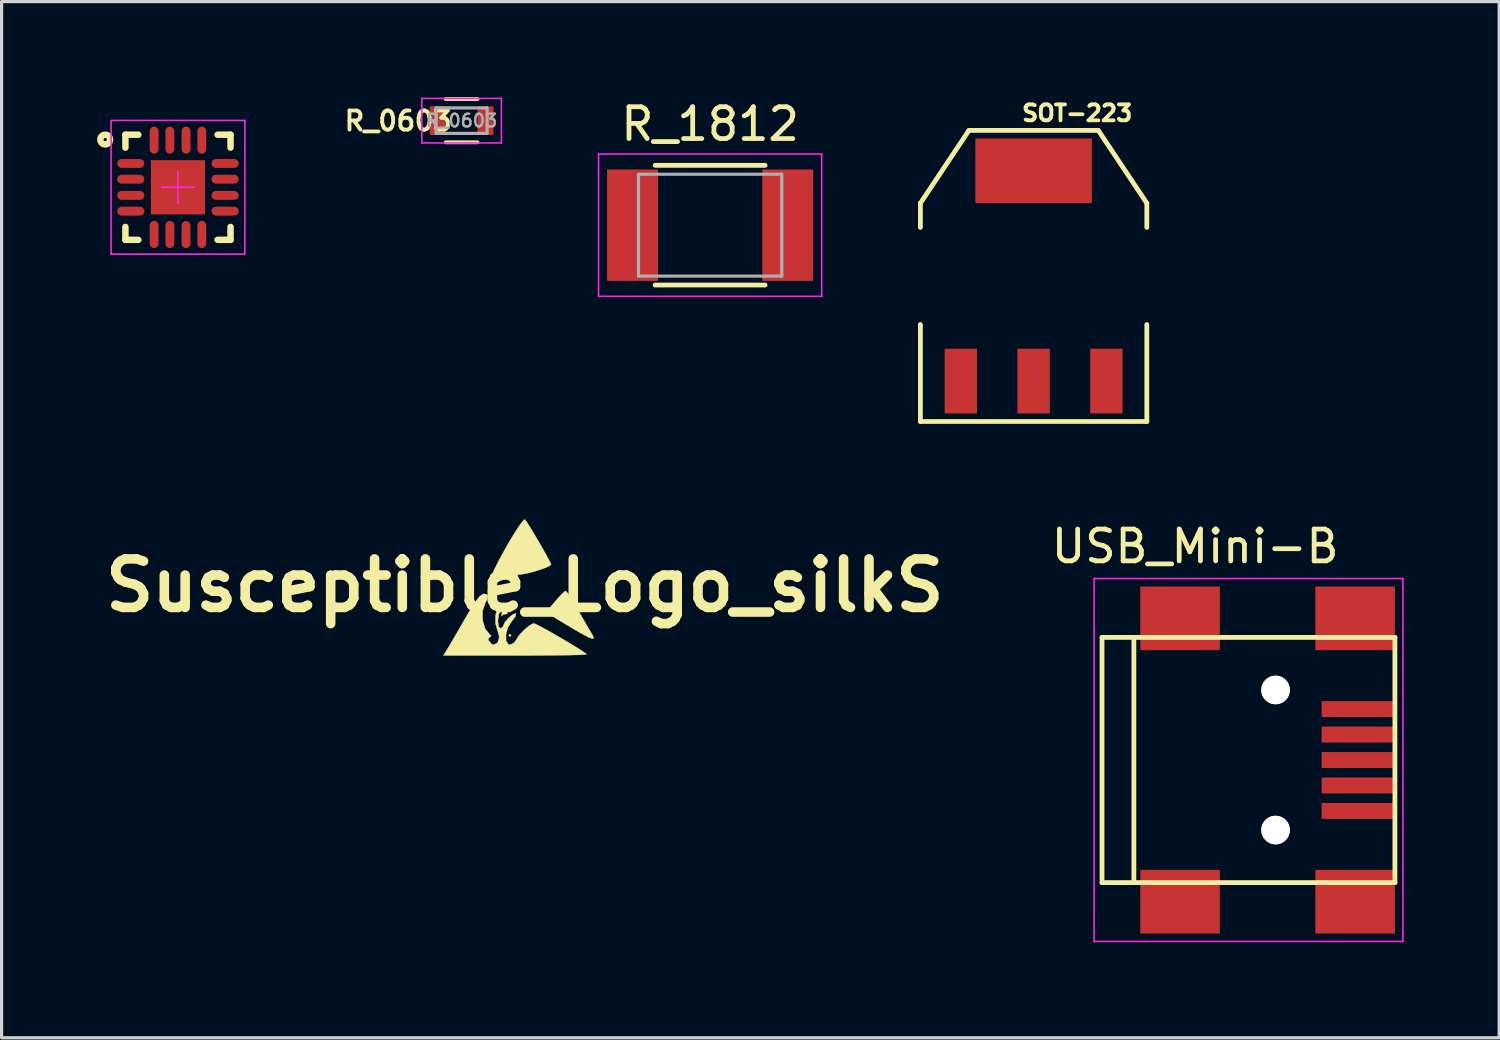
<source format=kicad_pcb>
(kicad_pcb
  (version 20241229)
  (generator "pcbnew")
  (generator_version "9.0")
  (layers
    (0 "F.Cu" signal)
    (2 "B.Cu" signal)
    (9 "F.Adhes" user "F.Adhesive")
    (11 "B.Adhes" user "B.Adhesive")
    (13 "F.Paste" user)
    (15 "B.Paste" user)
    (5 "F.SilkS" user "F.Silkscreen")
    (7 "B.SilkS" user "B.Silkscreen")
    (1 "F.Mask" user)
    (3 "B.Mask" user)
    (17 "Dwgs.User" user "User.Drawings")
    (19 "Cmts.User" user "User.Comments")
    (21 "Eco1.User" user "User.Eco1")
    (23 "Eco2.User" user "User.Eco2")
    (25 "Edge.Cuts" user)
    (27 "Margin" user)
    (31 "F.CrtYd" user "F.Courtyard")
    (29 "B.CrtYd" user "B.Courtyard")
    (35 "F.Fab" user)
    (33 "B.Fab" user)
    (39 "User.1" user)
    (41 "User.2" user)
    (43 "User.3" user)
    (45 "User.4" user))
  (footprint "Susceptible_Logo_silkS"
    (layer "F.Cu")
    (at 13.433 15.34)
    (property "Reference" "Susceptible_Logo_silkS" (at 0 0 0) (layer "F.SilkS") (effects (font (size 1.524 1.524) (thickness 0.3))))
    (attr through_hole)
    (fp_poly (pts (xy -0.423 1.566) (xy -0.466 1.609) (xy -0.508 1.566) (xy -0.466 1.524) (xy -0.423 1.566)) (stroke (width 0.01) (type solid)) (fill yes) (layer "F.SilkS"))
    (fp_poly (pts (xy 1.349 0.239) (xy 1.47 0.42) (xy 1.623 0.679) (xy 1.658 0.741) (xy 1.829 1.045) (xy 1.984 1.313) (xy 2.091 1.492) (xy 2.098 1.503) (xy 2.166 1.631) (xy 2.144 1.677) (xy 2.018 1.636) (xy 1.772 1.506) (xy 1.566 1.387) (xy 1.278 1.215) (xy 1.022 1.06) (xy 0.866 0.963) (xy 0.673 0.84) (xy 0.95 0.506) (xy 1.118 0.316) (xy 1.244 0.194) (xy 1.284 0.171) (xy 1.349 0.239)) (stroke (width 0.01) (type solid)) (fill yes) (layer "F.SilkS"))
    (fp_poly (pts (xy 0.068 -1.988) (xy 0.188 -1.797) (xy 0.344 -1.539) (xy 0.51 -1.253) (xy 0.665 -0.98) (xy 0.783 -0.76) (xy 0.831 -0.663) (xy 0.773 -0.609) (xy 0.6 -0.535) (xy 0.36 -0.456) (xy 0.104 -0.387) (xy -0.119 -0.345) (xy -0.206 -0.338) (xy -0.406 -0.299) (xy -0.624 -0.211) (xy -0.856 -0.107) (xy -0.99 -0.101) (xy -1.062 -0.191) (xy -1.063 -0.194) (xy -1.041 -0.303) (xy -0.949 -0.515) (xy -0.809 -0.796) (xy -0.637 -1.111) (xy -0.454 -1.429) (xy -0.278 -1.715) (xy -0.129 -1.936) (xy -0.026 -2.058) (xy 0.006 -2.071) (xy 0.068 -1.988)) (stroke (width 0.01) (type solid)) (fill yes) (layer "F.SilkS"))
    (fp_poly (pts (xy -1.195 0.278) (xy -1.162 0.306) (xy -1.165 0.406) (xy -1.243 0.562) (xy -1.326 0.806) (xy -1.323 1.096) (xy -1.243 1.36) (xy -1.129 1.503) (xy -1.053 1.584) (xy -1.082 1.609) (xy -1.142 1.67) (xy -1.131 1.736) (xy -1.03 1.848) (xy -0.974 1.863) (xy -0.85 1.794) (xy -0.801 1.63) (xy -0.847 1.439) (xy -0.919 1.198) (xy -0.92 0.936) (xy -0.851 0.729) (xy -0.81 0.682) (xy -0.703 0.636) (xy -0.611 0.73) (xy -0.59 0.767) (xy -0.544 0.886) (xy -0.577 0.899) (xy -0.682 0.911) (xy -0.712 0.952) (xy -0.732 0.964) (xy -0.713 0.847) (xy -0.693 0.713) (xy -0.73 0.727) (xy -0.755 0.762) (xy -0.82 0.924) (xy -0.843 1.121) (xy -0.823 1.287) (xy -0.762 1.355) (xy -0.68 1.29) (xy -0.677 1.27) (xy -0.626 1.155) (xy -0.507 1.017) (xy -0.375 0.908) (xy -0.281 0.878) (xy -0.275 0.882) (xy -0.291 0.97) (xy -0.399 1.117) (xy -0.409 1.128) (xy -0.529 1.317) (xy -0.589 1.536) (xy -0.586 1.731) (xy -0.516 1.849) (xy -0.463 1.863) (xy -0.326 1.793) (xy -0.278 1.718) (xy -0.182 1.57) (xy -0.02 1.398) (xy 0.152 1.253) (xy 0.278 1.188) (xy 0.28 1.188) (xy 0.375 1.227) (xy 0.575 1.332) (xy 0.843 1.481) (xy 1.144 1.655) (xy 1.441 1.831) (xy 1.697 1.988) (xy 1.878 2.106) (xy 1.947 2.164) (xy 1.947 2.164) (xy 1.866 2.174) (xy 1.638 2.183) (xy 1.284 2.19) (xy 0.827 2.196) (xy 0.289 2.2) (xy -0.303 2.201) (xy -2.554 2.201) (xy -2.388 1.926) (xy -2.271 1.728) (xy -2.1 1.434) (xy -1.905 1.095) (xy -1.823 0.953) (xy -1.602 0.586) (xy -1.434 0.361) (xy -1.303 0.263) (xy -1.195 0.278)) (stroke (width 0.01) (type solid)) (fill yes) (layer "F.SilkS")))
  (footprint "USB_Mini-B"
    (layer "F.Cu")
    (at 36.166 20.823)
    (property "Reference" "USB_Mini-B" (at -1.675 -6.71 0) (layer "F.SilkS") (effects (font (size 1 1) (thickness 0.15))))
    (attr smd)
    (fp_line (start -4.6 -3.851) (end -4.6 3.851) (stroke (width 0.15) (type solid)) (layer "F.SilkS"))
    (fp_line (start -4.6 3.851) (end 4.6 3.851) (stroke (width 0.15) (type solid)) (layer "F.SilkS"))
    (fp_line (start -3.599 -3.851) (end -3.599 3.851) (stroke (width 0.15) (type solid)) (layer "F.SilkS"))
    (fp_line (start 4.6 -3.851) (end -4.6 -3.851) (stroke (width 0.15) (type solid)) (layer "F.SilkS"))
    (fp_line (start 4.6 3.851) (end 4.6 -3.851) (stroke (width 0.15) (type solid)) (layer "F.SilkS"))
    (fp_line (start -4.85 -5.7) (end 4.85 -5.7) (stroke (width 0.05) (type solid)) (layer "F.CrtYd"))
    (fp_line (start -4.85 5.7) (end -4.85 -5.7) (stroke (width 0.05) (type solid)) (layer "F.CrtYd"))
    (fp_line (start 4.85 -5.7) (end 4.85 5.7) (stroke (width 0.05) (type solid)) (layer "F.CrtYd"))
    (fp_line (start 4.85 5.7) (end -4.85 5.7) (stroke (width 0.05) (type solid)) (layer "F.CrtYd"))
    (pad "" np_thru_hole circle (at 0.851 -2.2) (size 0.899 0.899) (drill 0.899) (layers "*.Cu" "*.Mask" "F.SilkS"))
    (pad "" np_thru_hole circle (at 0.851 2.2) (size 0.899 0.899) (drill 0.899) (layers "*.Cu" "*.Mask" "F.SilkS"))
    (pad "1" smd rect (at 3.449 -1.6) (size 2.301 0.5) (layers "F.Cu" "F.Mask" "F.Paste"))
    (pad "2" smd rect (at 3.449 -0.8) (size 2.301 0.5) (layers "F.Cu" "F.Mask" "F.Paste"))
    (pad "3" smd rect (at 3.449 0) (size 2.301 0.5) (layers "F.Cu" "F.Mask" "F.Paste"))
    (pad "4" smd rect (at 3.449 0.8) (size 2.301 0.5) (layers "F.Cu" "F.Mask" "F.Paste"))
    (pad "5" smd rect (at 3.449 1.6) (size 2.301 0.5) (layers "F.Cu" "F.Mask" "F.Paste"))
    (pad "6" smd rect (at -2.149 4.45) (size 2.499 1.999) (layers "F.Cu" "F.Mask" "F.Paste"))
    (pad "7" smd rect (at -2.149 -4.45) (size 2.499 1.999) (layers "F.Cu" "F.Mask" "F.Paste"))
    (pad "8" smd rect (at 3.35 -4.45) (size 2.499 1.999) (layers "F.Cu" "F.Mask" "F.Paste"))
    (pad "9" smd rect (at 3.35 4.45) (size 2.499 1.999) (layers "F.Cu" "F.Mask" "F.Paste")))
  (footprint "R_0603"
    (layer "F.Cu")
    (at 11.45 0.74)
    (property "Reference" "R_0603" (at -1.994 0.01 0) (layer "F.SilkS") (effects (font (size 0.6 0.6) (thickness 0.12))))
    (attr smd)
    (fp_line (start -0.5 -0.68) (end 0.5 -0.68) (stroke (width 0.12) (type solid)) (layer "F.SilkS"))
    (fp_line (start 0.5 0.68) (end -0.5 0.68) (stroke (width 0.12) (type solid)) (layer "F.SilkS"))
    (fp_line (start -1.25 -0.7) (end -1.25 0.7) (stroke (width 0.05) (type solid)) (layer "F.CrtYd"))
    (fp_line (start -1.25 -0.7) (end 1.25 -0.7) (stroke (width 0.05) (type solid)) (layer "F.CrtYd"))
    (fp_line (start 1.25 0.7) (end -1.25 0.7) (stroke (width 0.05) (type solid)) (layer "F.CrtYd"))
    (fp_line (start 1.25 0.7) (end 1.25 -0.7) (stroke (width 0.05) (type solid)) (layer "F.CrtYd"))
    (fp_line (start -0.8 -0.4) (end 0.8 -0.4) (stroke (width 0.1) (type solid)) (layer "F.Fab"))
    (fp_line (start -0.8 0.4) (end -0.8 -0.4) (stroke (width 0.1) (type solid)) (layer "F.Fab"))
    (fp_line (start 0.8 -0.4) (end 0.8 0.4) (stroke (width 0.1) (type solid)) (layer "F.Fab"))
    (fp_line (start 0.8 0.4) (end -0.8 0.4) (stroke (width 0.1) (type solid)) (layer "F.Fab"))
    (fp_text user "${REFERENCE}" (at 0 0 0) (layer "F.Fab") (effects (font (size 0.4 0.4) (thickness 0.075))))
    (pad "1" smd rect (at -0.75 0) (size 0.5 0.9) (layers "F.Cu" "F.Mask" "F.Paste"))
    (pad "2" smd rect (at 0.75 0) (size 0.5 0.9) (layers "F.Cu" "F.Mask" "F.Paste")))
  (footprint "SOT-223"
    (layer "F.Cu")
    (at 29.417 5.618)
    (property "Reference" "SOT-223" (at 1.368 -5.114 0) (layer "F.SilkS") (effects (font (size 0.5 0.5) (thickness 0.12))))
    (attr smd)
    (fp_line (start -3.556 -2.286) (end -2.032 -4.572) (stroke (width 0.15) (type solid)) (layer "F.SilkS"))
    (fp_line (start -3.556 -1.524) (end -3.556 -2.286) (stroke (width 0.15) (type solid)) (layer "F.SilkS"))
    (fp_line (start -3.556 1.524) (end -3.556 4.572) (stroke (width 0.15) (type solid)) (layer "F.SilkS"))
    (fp_line (start -3.556 4.572) (end 3.556 4.572) (stroke (width 0.15) (type solid)) (layer "F.SilkS"))
    (fp_line (start -2.032 -4.572) (end 2.032 -4.572) (stroke (width 0.15) (type solid)) (layer "F.SilkS"))
    (fp_line (start 2.032 -4.572) (end 3.556 -2.286) (stroke (width 0.15) (type solid)) (layer "F.SilkS"))
    (fp_line (start 3.556 -2.286) (end 3.556 -1.524) (stroke (width 0.15) (type solid)) (layer "F.SilkS"))
    (fp_line (start 3.556 4.572) (end 3.556 1.524) (stroke (width 0.15) (type solid)) (layer "F.SilkS"))
    (pad "1" smd rect (at -2.286 3.302) (size 1.016 2.032) (layers "F.Cu" "F.Mask" "F.Paste"))
    (pad "2" smd rect (at 0 3.302) (size 1.016 2.032) (layers "F.Cu" "F.Mask" "F.Paste"))
    (pad "3" smd rect (at 2.286 3.302) (size 1.016 2.032) (layers "F.Cu" "F.Mask" "F.Paste"))
    (pad "4" smd rect (at 0 -3.302) (size 3.658 2.032) (layers "F.Cu" "F.Mask" "F.Paste")))
  (footprint "QFN16"
    (layer "F.Cu")
    (at 2.54 2.833)
    (property "Reference" "QFN16" (at 0.21 -2.47 0) (layer "Eco2.User") (effects (font (size 0.5 0.5) (thickness 0.04))))
    (attr smd)
    (fp_line (start -1.651 -1.651) (end -1.651 -1.245) (stroke (width 0.203) (type solid)) (layer "F.SilkS"))
    (fp_line (start -1.651 -1.651) (end -1.245 -1.651) (stroke (width 0.203) (type solid)) (layer "F.SilkS"))
    (fp_line (start -1.651 1.245) (end -1.651 1.651) (stroke (width 0.203) (type solid)) (layer "F.SilkS"))
    (fp_line (start -1.651 1.651) (end -1.245 1.651) (stroke (width 0.203) (type solid)) (layer "F.SilkS"))
    (fp_line (start 1.245 -1.651) (end 1.651 -1.651) (stroke (width 0.203) (type solid)) (layer "F.SilkS"))
    (fp_line (start 1.245 1.651) (end 1.651 1.651) (stroke (width 0.203) (type solid)) (layer "F.SilkS"))
    (fp_line (start 1.651 -1.651) (end 1.651 -1.245) (stroke (width 0.203) (type solid)) (layer "F.SilkS"))
    (fp_line (start 1.651 1.245) (end 1.651 1.651) (stroke (width 0.203) (type solid)) (layer "F.SilkS"))
    (fp_circle (center -2.286 -1.499) (end -2.134 -1.499) (stroke (width 0.203) (type solid)) (fill no) (layer "F.SilkS"))
    (fp_line (start -2.1 -2.1) (end -2.1 2.1) (stroke (width 0.05) (type solid)) (layer "F.CrtYd"))
    (fp_line (start -2.1 -2.1) (end 2.1 -2.1) (stroke (width 0.05) (type solid)) (layer "F.CrtYd"))
    (fp_line (start -2.1 2.1) (end 2.1 2.1) (stroke (width 0.05) (type solid)) (layer "F.CrtYd"))
    (fp_line (start -0.508 0) (end 0.508 0) (stroke (width 0.05) (type solid)) (layer "F.CrtYd"))
    (fp_line (start 0 -0.508) (end 0 0.508) (stroke (width 0.05) (type solid)) (layer "F.CrtYd"))
    (fp_line (start 2.1 -2.1) (end 2.1 2.1) (stroke (width 0.05) (type solid)) (layer "F.CrtYd"))
    (pad "1" smd oval (at -1.481 -0.749) (size 0.848 0.279) (layers "F.Cu" "F.Mask" "F.Paste"))
    (pad "2" smd oval (at -1.481 -0.254) (size 0.851 0.279) (layers "F.Cu" "F.Mask" "F.Paste"))
    (pad "3" smd oval (at -1.481 0.254) (size 0.851 0.279) (layers "F.Cu" "F.Mask" "F.Paste"))
    (pad "4" smd oval (at -1.481 0.749) (size 0.851 0.279) (layers "F.Cu" "F.Mask" "F.Paste"))
    (pad "5" smd oval (at -0.749 1.481 90) (size 0.851 0.279) (layers "F.Cu" "F.Mask" "F.Paste"))
    (pad "6" smd oval (at -0.254 1.481 90) (size 0.851 0.279) (layers "F.Cu" "F.Mask" "F.Paste"))
    (pad "7" smd oval (at 0.254 1.486 90) (size 0.851 0.279) (layers "F.Cu" "F.Mask" "F.Paste"))
    (pad "8" smd oval (at 0.749 1.481 90) (size 0.851 0.279) (layers "F.Cu" "F.Mask" "F.Paste"))
    (pad "9" smd oval (at 1.481 0.749) (size 0.851 0.279) (layers "F.Cu" "F.Mask" "F.Paste"))
    (pad "10" smd oval (at 1.481 0.254) (size 0.851 0.279) (layers "F.Cu" "F.Mask" "F.Paste"))
    (pad "11" smd oval (at 1.481 -0.254) (size 0.851 0.279) (layers "F.Cu" "F.Mask" "F.Paste"))
    (pad "12" smd oval (at 1.481 -0.749) (size 0.851 0.279) (layers "F.Cu" "F.Mask" "F.Paste"))
    (pad "13" smd oval (at 0.749 -1.481 90) (size 0.851 0.279) (layers "F.Cu" "F.Mask" "F.Paste"))
    (pad "14" smd oval (at 0.254 -1.481 90) (size 0.851 0.279) (layers "F.Cu" "F.Mask" "F.Paste"))
    (pad "15" smd oval (at -0.254 -1.481 90) (size 0.851 0.279) (layers "F.Cu" "F.Mask" "F.Paste"))
    (pad "16" smd oval (at -0.749 -1.481 90) (size 0.851 0.279) (layers "F.Cu" "F.Mask" "F.Paste"))
    (pad "17" smd rect (at 0 0) (size 1.702 1.702) (layers "F.Cu" "F.Mask" "F.Paste")))
  (footprint "R_1812"
    (layer "F.Cu")
    (at 19.256 4.023)
    (property "Reference" "R_1812" (at 0 -3.175 0) (layer "F.SilkS") (effects (font (size 1 1) (thickness 0.15))))
    (attr smd)
    (fp_line (start -1.727 -1.88) (end 1.727 -1.88) (stroke (width 0.15) (type solid)) (layer "F.SilkS"))
    (fp_line (start -1.727 1.88) (end 1.727 1.88) (stroke (width 0.15) (type solid)) (layer "F.SilkS"))
    (fp_line (start -3.505 -2.235) (end 3.505 -2.235) (stroke (width 0.05) (type solid)) (layer "F.CrtYd"))
    (fp_line (start -3.505 2.235) (end -3.505 -2.235) (stroke (width 0.05) (type solid)) (layer "F.CrtYd"))
    (fp_line (start 3.505 -2.235) (end 3.505 2.235) (stroke (width 0.05) (type solid)) (layer "F.CrtYd"))
    (fp_line (start 3.505 2.235) (end -3.505 2.235) (stroke (width 0.05) (type solid)) (layer "F.CrtYd"))
    (fp_line (start -2.25 -1.6) (end 2.25 -1.6) (stroke (width 0.1) (type solid)) (layer "F.Fab"))
    (fp_line (start -2.25 1.6) (end -2.25 -1.6) (stroke (width 0.1) (type solid)) (layer "F.Fab"))
    (fp_line (start 2.25 -1.6) (end 2.25 1.6) (stroke (width 0.1) (type solid)) (layer "F.Fab"))
    (fp_line (start 2.25 1.6) (end -2.25 1.6) (stroke (width 0.1) (type solid)) (layer "F.Fab"))
    (pad "1" smd rect (at -2.438 0) (size 1.6 3.5) (layers "F.Cu" "F.Mask" "F.Paste"))
    (pad "2" smd rect (at 2.438 0) (size 1.6 3.5) (layers "F.Cu" "F.Mask" "F.Paste")))
  (gr_rect
    (start -3 -3)
    (end 44.041 29.548)
    (stroke (width 0.1) (type default))
    (fill no)
    (layer "Edge.Cuts")))
</source>
